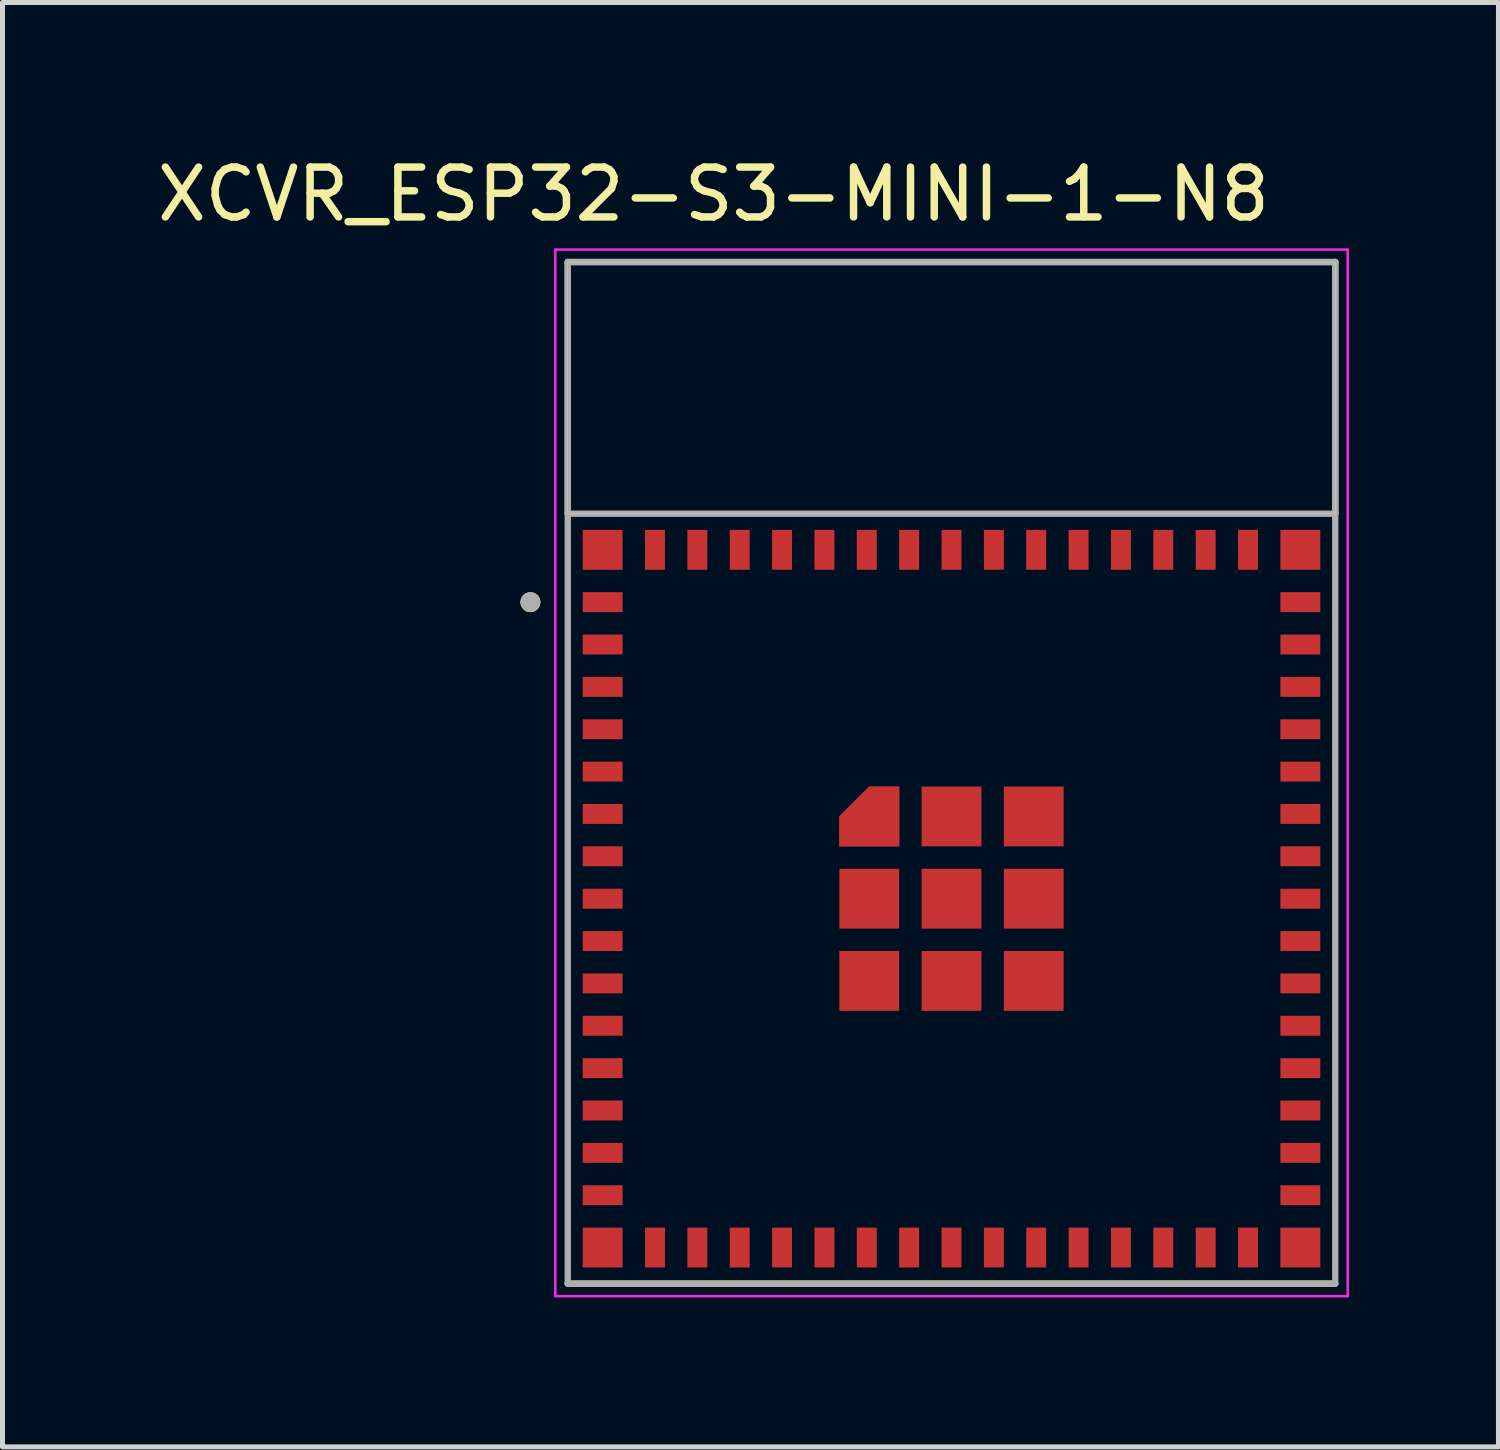
<source format=kicad_pcb>
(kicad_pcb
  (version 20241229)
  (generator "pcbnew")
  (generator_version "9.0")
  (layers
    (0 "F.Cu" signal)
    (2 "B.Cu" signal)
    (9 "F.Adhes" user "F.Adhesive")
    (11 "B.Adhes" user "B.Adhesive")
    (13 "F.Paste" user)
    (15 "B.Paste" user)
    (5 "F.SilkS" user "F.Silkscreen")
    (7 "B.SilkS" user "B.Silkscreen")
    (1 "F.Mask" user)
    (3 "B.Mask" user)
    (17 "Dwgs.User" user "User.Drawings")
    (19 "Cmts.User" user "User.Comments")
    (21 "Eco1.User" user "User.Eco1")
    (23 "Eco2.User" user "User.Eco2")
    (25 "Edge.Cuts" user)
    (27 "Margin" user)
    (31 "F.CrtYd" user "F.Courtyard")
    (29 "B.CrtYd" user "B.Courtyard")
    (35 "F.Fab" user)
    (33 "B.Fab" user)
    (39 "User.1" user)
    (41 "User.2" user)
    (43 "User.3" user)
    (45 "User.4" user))
  (footprint "XCVR_ESP32-S3-MINI-1-N8"
    (layer "F.Cu")
    (at 16.043 14.983)
    (property "Reference" "XCVR_ESP32-S3-MINI-1-N8" (at -4.775 -14.135 0) (layer "F.SilkS") (effects (font (size 1 1) (thickness 0.15))))
    (attr through_hole)
    (fp_poly (pts (xy -2.35 -0.95) (xy -0.95 -0.95) (xy -0.95 -2.35) (xy -1.7 -2.35) (xy -2.35 -1.7)) (stroke (width 0.01) (type solid)) (fill yes) (layer "F.Mask"))
    (fp_line (start -7.7 -12.775) (end 7.7 -12.775) (stroke (width 0.127) (type solid)) (layer "F.SilkS"))
    (fp_line (start -7.7 -7.725) (end -7.7 -12.775) (stroke (width 0.127) (type solid)) (layer "F.SilkS"))
    (fp_line (start 7.7 -12.775) (end 7.7 -7.725) (stroke (width 0.127) (type solid)) (layer "F.SilkS"))
    (fp_line (start 7.7 7.725) (end -7.7 7.725) (stroke (width 0.127) (type solid)) (layer "F.SilkS"))
    (fp_circle (center -8.45 -5.95) (end -8.35 -5.95) (stroke (width 0.2) (type solid)) (fill no) (layer "F.SilkS"))
    (fp_poly (pts (xy -2.25 -1.05) (xy -1.05 -1.05) (xy -1.05 -2.25) (xy -1.65 -2.25) (xy -2.25 -1.65)) (stroke (width 0.01) (type solid)) (fill yes) (layer "F.Paste"))
    (fp_poly (pts (xy -7.7 -12.775) (xy 7.7 -12.775) (xy 7.7 -7.725) (xy -7.7 -7.725)) (stroke (width 0.01) (type solid)) (fill no) (layer "Dwgs.User"))
    (fp_poly (pts (xy -7.7 -12.775) (xy 7.7 -12.775) (xy 7.7 -7.725) (xy -7.7 -7.725)) (stroke (width 0.01) (type solid)) (fill no) (layer "Dwgs.User"))
    (fp_poly (pts (xy -7.7 -12.775) (xy 7.7 -12.775) (xy 7.7 -7.725) (xy -7.7 -7.725)) (stroke (width 0.01) (type solid)) (fill no) (layer "Dwgs.User"))
    (fp_line (start -7.95 -13.025) (end -7.95 7.975) (stroke (width 0.05) (type solid)) (layer "F.CrtYd"))
    (fp_line (start -7.95 7.975) (end 7.95 7.975) (stroke (width 0.05) (type solid)) (layer "F.CrtYd"))
    (fp_line (start 7.95 -13.025) (end -7.95 -13.025) (stroke (width 0.05) (type solid)) (layer "F.CrtYd"))
    (fp_line (start 7.95 7.975) (end 7.95 -13.025) (stroke (width 0.05) (type solid)) (layer "F.CrtYd"))
    (fp_line (start -7.7 -12.775) (end 7.7 -12.775) (stroke (width 0.127) (type solid)) (layer "F.Fab"))
    (fp_line (start -7.7 -7.725) (end -7.7 -12.775) (stroke (width 0.127) (type solid)) (layer "F.Fab"))
    (fp_line (start -7.7 -7.725) (end 7.7 -7.725) (stroke (width 0.127) (type solid)) (layer "F.Fab"))
    (fp_line (start -7.7 7.725) (end -7.7 -7.725) (stroke (width 0.127) (type solid)) (layer "F.Fab"))
    (fp_line (start 7.7 -12.775) (end 7.7 -7.725) (stroke (width 0.127) (type solid)) (layer "F.Fab"))
    (fp_line (start 7.7 -7.725) (end 7.7 7.725) (stroke (width 0.127) (type solid)) (layer "F.Fab"))
    (fp_line (start 7.7 7.725) (end -7.7 7.725) (stroke (width 0.127) (type solid)) (layer "F.Fab"))
    (fp_circle (center -8.45 -5.95) (end -8.35 -5.95) (stroke (width 0.2) (type solid)) (fill no) (layer "F.Fab"))
    (pad "1" smd rect (at -7 -5.95) (size 0.8 0.4) (layers "F.Cu" "F.Mask" "F.Paste"))
    (pad "2" smd rect (at -7 -5.1) (size 0.8 0.4) (layers "F.Cu" "F.Mask" "F.Paste"))
    (pad "3" smd rect (at -7 -4.25) (size 0.8 0.4) (layers "F.Cu" "F.Mask" "F.Paste"))
    (pad "4" smd rect (at -7 -3.4) (size 0.8 0.4) (layers "F.Cu" "F.Mask" "F.Paste"))
    (pad "5" smd rect (at -7 -2.55) (size 0.8 0.4) (layers "F.Cu" "F.Mask" "F.Paste"))
    (pad "6" smd rect (at -7 -1.7) (size 0.8 0.4) (layers "F.Cu" "F.Mask" "F.Paste"))
    (pad "7" smd rect (at -7 -0.85) (size 0.8 0.4) (layers "F.Cu" "F.Mask" "F.Paste"))
    (pad "8" smd rect (at -7 0) (size 0.8 0.4) (layers "F.Cu" "F.Mask" "F.Paste"))
    (pad "9" smd rect (at -7 0.85) (size 0.8 0.4) (layers "F.Cu" "F.Mask" "F.Paste"))
    (pad "10" smd rect (at -7 1.7) (size 0.8 0.4) (layers "F.Cu" "F.Mask" "F.Paste"))
    (pad "11" smd rect (at -7 2.55) (size 0.8 0.4) (layers "F.Cu" "F.Mask" "F.Paste"))
    (pad "12" smd rect (at -7 3.4) (size 0.8 0.4) (layers "F.Cu" "F.Mask" "F.Paste"))
    (pad "13" smd rect (at -7 4.25) (size 0.8 0.4) (layers "F.Cu" "F.Mask" "F.Paste"))
    (pad "14" smd rect (at -7 5.1) (size 0.8 0.4) (layers "F.Cu" "F.Mask" "F.Paste"))
    (pad "15" smd rect (at -7 5.95) (size 0.8 0.4) (layers "F.Cu" "F.Mask" "F.Paste"))
    (pad "16" smd rect (at -5.95 7) (size 0.4 0.8) (layers "F.Cu" "F.Mask" "F.Paste"))
    (pad "17" smd rect (at -5.1 7) (size 0.4 0.8) (layers "F.Cu" "F.Mask" "F.Paste"))
    (pad "18" smd rect (at -4.25 7) (size 0.4 0.8) (layers "F.Cu" "F.Mask" "F.Paste"))
    (pad "19" smd rect (at -3.4 7) (size 0.4 0.8) (layers "F.Cu" "F.Mask" "F.Paste"))
    (pad "20" smd rect (at -2.55 7) (size 0.4 0.8) (layers "F.Cu" "F.Mask" "F.Paste"))
    (pad "21" smd rect (at -1.7 7) (size 0.4 0.8) (layers "F.Cu" "F.Mask" "F.Paste"))
    (pad "22" smd rect (at -0.85 7) (size 0.4 0.8) (layers "F.Cu" "F.Mask" "F.Paste"))
    (pad "23" smd rect (at 0 7) (size 0.4 0.8) (layers "F.Cu" "F.Mask" "F.Paste"))
    (pad "24" smd rect (at 0.85 7) (size 0.4 0.8) (layers "F.Cu" "F.Mask" "F.Paste"))
    (pad "25" smd rect (at 1.7 7) (size 0.4 0.8) (layers "F.Cu" "F.Mask" "F.Paste"))
    (pad "26" smd rect (at 2.55 7) (size 0.4 0.8) (layers "F.Cu" "F.Mask" "F.Paste"))
    (pad "27" smd rect (at 3.4 7) (size 0.4 0.8) (layers "F.Cu" "F.Mask" "F.Paste"))
    (pad "28" smd rect (at 4.25 7) (size 0.4 0.8) (layers "F.Cu" "F.Mask" "F.Paste"))
    (pad "29" smd rect (at 5.1 7) (size 0.4 0.8) (layers "F.Cu" "F.Mask" "F.Paste"))
    (pad "30" smd rect (at 5.95 7) (size 0.4 0.8) (layers "F.Cu" "F.Mask" "F.Paste"))
    (pad "31" smd rect (at 7 5.95) (size 0.8 0.4) (layers "F.Cu" "F.Mask" "F.Paste"))
    (pad "32" smd rect (at 7 5.1) (size 0.8 0.4) (layers "F.Cu" "F.Mask" "F.Paste"))
    (pad "33" smd rect (at 7 4.25) (size 0.8 0.4) (layers "F.Cu" "F.Mask" "F.Paste"))
    (pad "34" smd rect (at 7 3.4) (size 0.8 0.4) (layers "F.Cu" "F.Mask" "F.Paste"))
    (pad "35" smd rect (at 7 2.55) (size 0.8 0.4) (layers "F.Cu" "F.Mask" "F.Paste"))
    (pad "36" smd rect (at 7 1.7) (size 0.8 0.4) (layers "F.Cu" "F.Mask" "F.Paste"))
    (pad "37" smd rect (at 7 0.85) (size 0.8 0.4) (layers "F.Cu" "F.Mask" "F.Paste"))
    (pad "38" smd rect (at 7 0) (size 0.8 0.4) (layers "F.Cu" "F.Mask" "F.Paste"))
    (pad "39" smd rect (at 7 -0.85) (size 0.8 0.4) (layers "F.Cu" "F.Mask" "F.Paste"))
    (pad "40" smd rect (at 7 -1.7) (size 0.8 0.4) (layers "F.Cu" "F.Mask" "F.Paste"))
    (pad "41" smd rect (at 7 -2.55) (size 0.8 0.4) (layers "F.Cu" "F.Mask" "F.Paste"))
    (pad "42" smd rect (at 7 -3.4) (size 0.8 0.4) (layers "F.Cu" "F.Mask" "F.Paste"))
    (pad "43" smd rect (at 7 -4.25) (size 0.8 0.4) (layers "F.Cu" "F.Mask" "F.Paste"))
    (pad "44" smd rect (at 7 -5.1) (size 0.8 0.4) (layers "F.Cu" "F.Mask" "F.Paste"))
    (pad "45" smd rect (at 7 -5.95) (size 0.8 0.4) (layers "F.Cu" "F.Mask" "F.Paste"))
    (pad "46" smd rect (at 5.95 -7) (size 0.4 0.8) (layers "F.Cu" "F.Mask" "F.Paste"))
    (pad "47" smd rect (at 5.1 -7) (size 0.4 0.8) (layers "F.Cu" "F.Mask" "F.Paste"))
    (pad "48" smd rect (at 4.25 -7) (size 0.4 0.8) (layers "F.Cu" "F.Mask" "F.Paste"))
    (pad "49" smd rect (at 3.4 -7) (size 0.4 0.8) (layers "F.Cu" "F.Mask" "F.Paste"))
    (pad "50" smd rect (at 2.55 -7) (size 0.4 0.8) (layers "F.Cu" "F.Mask" "F.Paste"))
    (pad "51" smd rect (at 1.7 -7) (size 0.4 0.8) (layers "F.Cu" "F.Mask" "F.Paste"))
    (pad "52" smd rect (at 0.85 -7) (size 0.4 0.8) (layers "F.Cu" "F.Mask" "F.Paste"))
    (pad "53" smd rect (at 0 -7) (size 0.4 0.8) (layers "F.Cu" "F.Mask" "F.Paste"))
    (pad "54" smd rect (at -0.85 -7) (size 0.4 0.8) (layers "F.Cu" "F.Mask" "F.Paste"))
    (pad "55" smd rect (at -1.7 -7) (size 0.4 0.8) (layers "F.Cu" "F.Mask" "F.Paste"))
    (pad "56" smd rect (at -2.55 -7) (size 0.4 0.8) (layers "F.Cu" "F.Mask" "F.Paste"))
    (pad "57" smd rect (at -3.4 -7) (size 0.4 0.8) (layers "F.Cu" "F.Mask" "F.Paste"))
    (pad "58" smd rect (at -4.25 -7) (size 0.4 0.8) (layers "F.Cu" "F.Mask" "F.Paste"))
    (pad "59" smd rect (at -5.1 -7) (size 0.4 0.8) (layers "F.Cu" "F.Mask" "F.Paste"))
    (pad "60" smd rect (at -5.95 -7) (size 0.4 0.8) (layers "F.Cu" "F.Mask" "F.Paste"))
    (pad "61" smd rect (at 0 0) (size 1.2 1.2) (layers "F.Cu" "F.Mask" "F.Paste"))
    (pad "61_1" smd custom (at -1.65 -1.65) (size 0.4 0.4) (layers "F.Cu") (options (anchor rect)) (primitives (gr_poly (pts (xy -0.6 0.6) (xy 0.6 0.6) (xy 0.6 -0.6) (xy 0 -0.6) (xy -0.6 0)) (width 0.01) (fill yes))))
    (pad "61_2" smd rect (at 0 -1.65) (size 1.2 1.2) (layers "F.Cu" "F.Mask" "F.Paste"))
    (pad "61_3" smd rect (at 1.65 -1.65) (size 1.2 1.2) (layers "F.Cu" "F.Mask" "F.Paste"))
    (pad "61_4" smd rect (at 1.65 0) (size 1.2 1.2) (layers "F.Cu" "F.Mask" "F.Paste"))
    (pad "61_5" smd rect (at 1.65 1.65) (size 1.2 1.2) (layers "F.Cu" "F.Mask" "F.Paste"))
    (pad "61_6" smd rect (at 0 1.65) (size 1.2 1.2) (layers "F.Cu" "F.Mask" "F.Paste"))
    (pad "61_7" smd rect (at -1.65 1.65) (size 1.2 1.2) (layers "F.Cu" "F.Mask" "F.Paste"))
    (pad "61_8" smd rect (at -1.65 0) (size 1.2 1.2) (layers "F.Cu" "F.Mask" "F.Paste"))
    (pad "62" smd rect (at -7 -7) (size 0.8 0.8) (layers "F.Cu" "F.Mask" "F.Paste"))
    (pad "63" smd rect (at -7 7) (size 0.8 0.8) (layers "F.Cu" "F.Mask" "F.Paste"))
    (pad "64" smd rect (at 7 7) (size 0.8 0.8) (layers "F.Cu" "F.Mask" "F.Paste"))
    (pad "65" smd rect (at 7 -7) (size 0.8 0.8) (layers "F.Cu" "F.Mask" "F.Paste")))
  (gr_rect
    (start -3 -3)
    (end 27.018 25.983)
    (stroke (width 0.1) (type default))
    (fill no)
    (layer "Edge.Cuts")))
</source>
